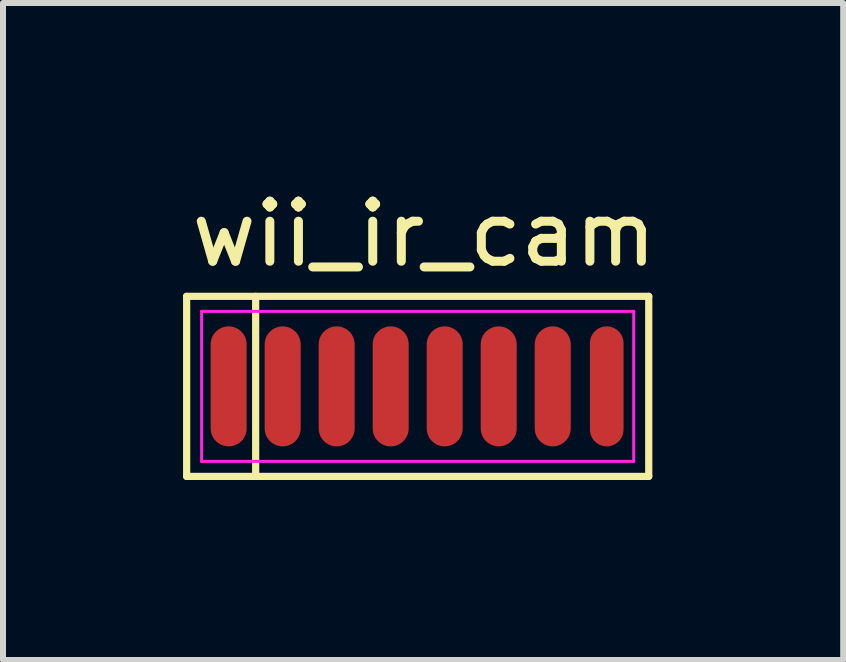
<source format=kicad_pcb>
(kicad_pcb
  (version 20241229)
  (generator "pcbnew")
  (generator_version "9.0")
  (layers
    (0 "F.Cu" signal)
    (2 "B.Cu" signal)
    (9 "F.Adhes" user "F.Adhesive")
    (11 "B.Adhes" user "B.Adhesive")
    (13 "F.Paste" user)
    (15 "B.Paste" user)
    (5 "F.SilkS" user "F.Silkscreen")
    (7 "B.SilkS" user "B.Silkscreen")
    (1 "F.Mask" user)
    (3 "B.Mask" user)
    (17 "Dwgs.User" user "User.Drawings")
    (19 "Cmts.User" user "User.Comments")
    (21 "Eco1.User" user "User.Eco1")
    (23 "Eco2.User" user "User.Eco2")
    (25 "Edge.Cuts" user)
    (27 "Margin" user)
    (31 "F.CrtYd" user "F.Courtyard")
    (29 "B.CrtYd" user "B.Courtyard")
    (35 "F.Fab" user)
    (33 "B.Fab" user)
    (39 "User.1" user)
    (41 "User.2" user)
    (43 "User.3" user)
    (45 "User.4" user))
  (footprint "wii_ir_cam"
    (layer "F.Cu")
    (at 3.91 3.388)
    (property "Reference" "wii_ir_cam" (at 0.108 -2.54 0) (layer "F.SilkS") (effects (font (size 1 1) (thickness 0.15))))
    (attr through_hole)
    (fp_line (start -3.85 -1.5) (end 3.85 -1.5) (stroke (width 0.12) (type solid)) (layer "F.SilkS"))
    (fp_line (start -3.85 1.5) (end -3.85 -1.5) (stroke (width 0.12) (type solid)) (layer "F.SilkS"))
    (fp_line (start -2.7 -1.5) (end -2.7 1.5) (stroke (width 0.12) (type solid)) (layer "F.SilkS"))
    (fp_line (start 3.85 -1.5) (end 3.85 1.5) (stroke (width 0.12) (type solid)) (layer "F.SilkS"))
    (fp_line (start 3.85 1.5) (end -3.85 1.5) (stroke (width 0.12) (type solid)) (layer "F.SilkS"))
    (fp_line (start -3.6 -1.25) (end 3.6 -1.25) (stroke (width 0.05) (type solid)) (layer "F.CrtYd"))
    (fp_line (start -3.6 1.25) (end -3.6 -1.25) (stroke (width 0.05) (type solid)) (layer "F.CrtYd"))
    (fp_line (start 3.6 -1.25) (end 3.6 1.25) (stroke (width 0.05) (type solid)) (layer "F.CrtYd"))
    (fp_line (start 3.6 1.25) (end -3.6 1.25) (stroke (width 0.05) (type solid)) (layer "F.CrtYd"))
    (pad "1" smd oval (at -3.15 0) (size 0.6 2) (layers "F.Cu" "F.Mask" "F.Paste"))
    (pad "2" smd oval (at -2.25 0) (size 0.6 2) (layers "F.Cu" "F.Mask" "F.Paste"))
    (pad "3" smd oval (at -1.35 0) (size 0.6 2) (layers "F.Cu" "F.Mask" "F.Paste"))
    (pad "4" smd oval (at -0.45 0) (size 0.6 2) (layers "F.Cu" "F.Mask" "F.Paste"))
    (pad "5" smd oval (at 0.45 0) (size 0.6 2) (layers "F.Cu" "F.Mask" "F.Paste"))
    (pad "6" smd oval (at 1.35 0) (size 0.6 2) (layers "F.Cu" "F.Mask" "F.Paste"))
    (pad "7" smd oval (at 2.25 0) (size 0.6 2) (layers "F.Cu" "F.Mask" "F.Paste"))
    (pad "8" smd oval (at 3.15 0) (size 0.56 2) (layers "F.Cu" "F.Mask" "F.Paste")))
  (gr_rect
    (start -3 -3)
    (end 11 7.948)
    (stroke (width 0.1) (type default))
    (fill no)
    (layer "Edge.Cuts")))
</source>
